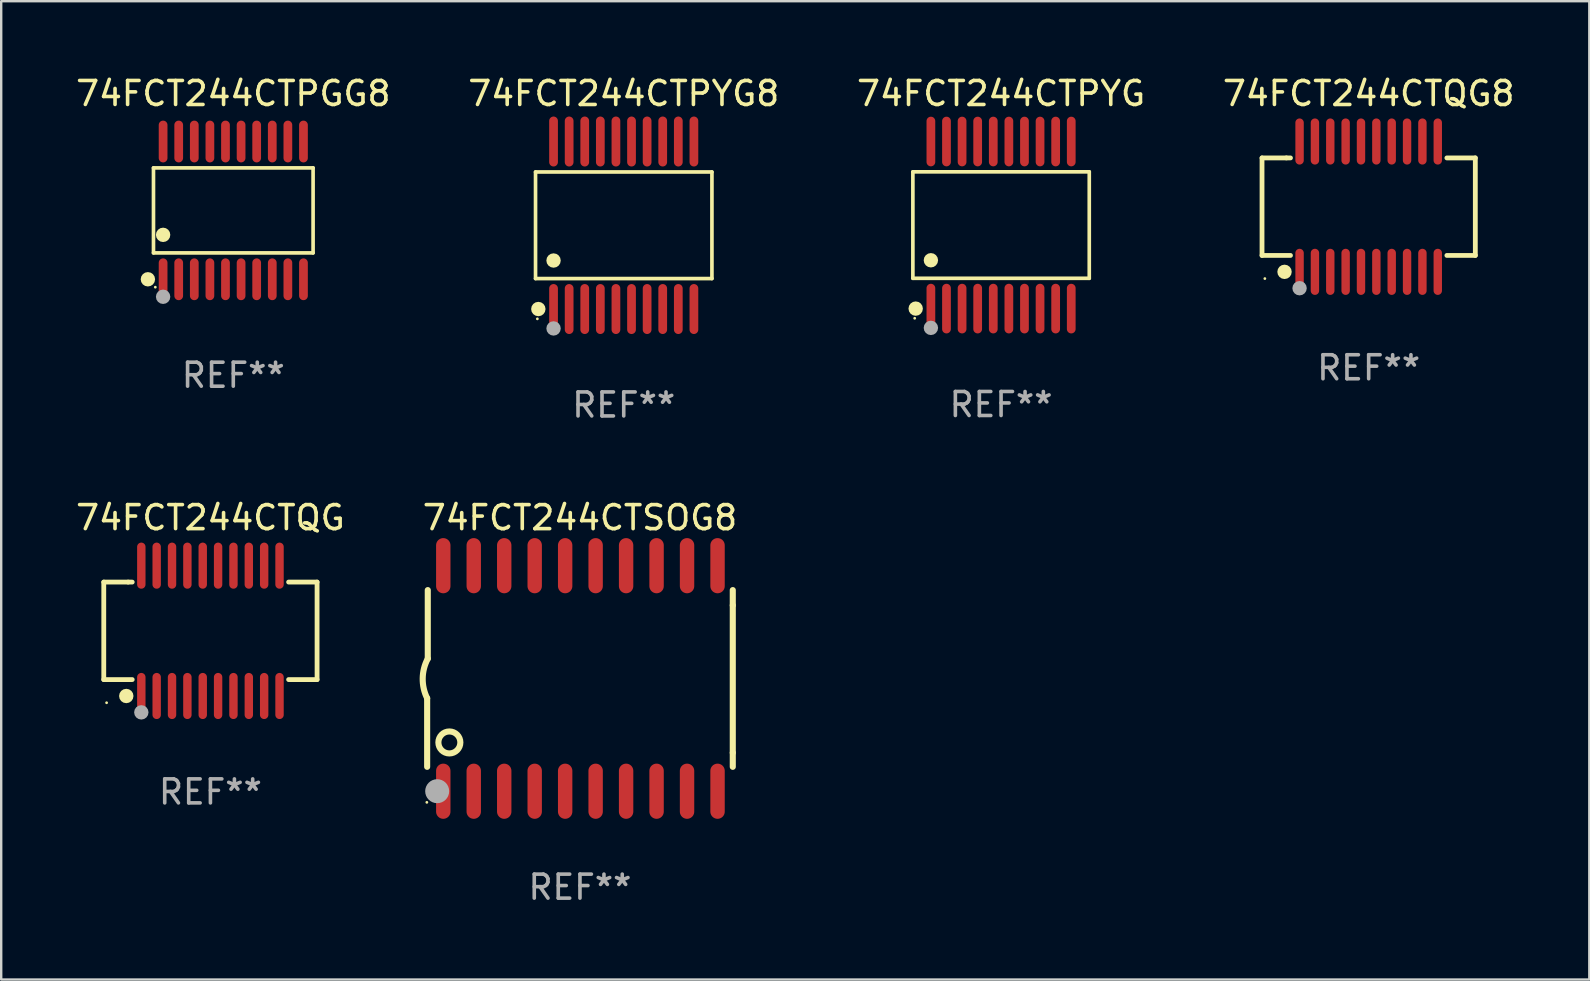
<source format=kicad_pcb>
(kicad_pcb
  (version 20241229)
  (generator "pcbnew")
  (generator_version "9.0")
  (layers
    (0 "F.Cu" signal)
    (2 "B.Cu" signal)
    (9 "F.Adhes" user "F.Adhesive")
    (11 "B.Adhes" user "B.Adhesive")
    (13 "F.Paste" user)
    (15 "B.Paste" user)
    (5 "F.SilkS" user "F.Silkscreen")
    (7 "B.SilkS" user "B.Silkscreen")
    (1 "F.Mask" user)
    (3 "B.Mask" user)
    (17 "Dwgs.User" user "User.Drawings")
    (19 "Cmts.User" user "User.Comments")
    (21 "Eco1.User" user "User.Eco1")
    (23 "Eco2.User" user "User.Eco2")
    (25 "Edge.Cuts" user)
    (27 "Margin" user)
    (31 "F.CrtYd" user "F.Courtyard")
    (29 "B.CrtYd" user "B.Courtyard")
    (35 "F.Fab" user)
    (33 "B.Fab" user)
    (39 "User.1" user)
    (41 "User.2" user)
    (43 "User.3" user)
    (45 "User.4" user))
  (footprint "74FCT244CTPYG8"
    (layer "F.Cu")
    (at 22.946 6.339)
    (property "Reference" "74FCT244CTPYG8" (at 0 -5.491 0) (layer "F.SilkS") (effects (font (size 1 1) (thickness 0.15))))
    (attr through_hole)
    (fp_line (start -3.676 -2.221) (end 3.676 -2.221) (stroke (width 0.152) (type solid)) (layer "F.SilkS"))
    (fp_line (start -3.676 2.221) (end -3.676 -2.221) (stroke (width 0.152) (type solid)) (layer "F.SilkS"))
    (fp_line (start 3.676 -2.221) (end 3.676 2.221) (stroke (width 0.152) (type solid)) (layer "F.SilkS"))
    (fp_line (start 3.676 2.221) (end -3.676 2.221) (stroke (width 0.152) (type solid)) (layer "F.SilkS"))
    (fp_circle (center -3.6 3.9) (end -3.57 3.9) (stroke (width 0.06) (type solid)) (fill no) (layer "F.SilkS"))
    (fp_circle (center -3.559 3.491) (end -3.409 3.491) (stroke (width 0.3) (type solid)) (fill no) (layer "F.SilkS"))
    (fp_circle (center -2.925 1.469) (end -2.775 1.469) (stroke (width 0.3) (type solid)) (fill no) (layer "F.SilkS"))
    (fp_circle (center -2.925 4.3) (end -2.775 4.3) (stroke (width 0.3) (type solid)) (fill no) (layer "F.Fab"))
    (fp_text user "REF**" (at 0 7.491 0) (layer "F.Fab") (effects (font (size 1 1) (thickness 0.15))))
    (pad "1" smd oval (at -2.925 3.491) (size 0.364 2.082) (layers "F.Cu" "F.Mask" "F.Paste"))
    (pad "2" smd oval (at -2.275 3.491) (size 0.364 2.082) (layers "F.Cu" "F.Mask" "F.Paste"))
    (pad "3" smd oval (at -1.625 3.491) (size 0.364 2.082) (layers "F.Cu" "F.Mask" "F.Paste"))
    (pad "4" smd oval (at -0.975 3.491) (size 0.364 2.082) (layers "F.Cu" "F.Mask" "F.Paste"))
    (pad "5" smd oval (at -0.325 3.491) (size 0.364 2.082) (layers "F.Cu" "F.Mask" "F.Paste"))
    (pad "6" smd oval (at 0.325 3.491) (size 0.364 2.082) (layers "F.Cu" "F.Mask" "F.Paste"))
    (pad "7" smd oval (at 0.975 3.491) (size 0.364 2.082) (layers "F.Cu" "F.Mask" "F.Paste"))
    (pad "8" smd oval (at 1.625 3.491) (size 0.364 2.082) (layers "F.Cu" "F.Mask" "F.Paste"))
    (pad "9" smd oval (at 2.275 3.491) (size 0.364 2.082) (layers "F.Cu" "F.Mask" "F.Paste"))
    (pad "10" smd oval (at 2.925 3.491) (size 0.364 2.082) (layers "F.Cu" "F.Mask" "F.Paste"))
    (pad "11" smd oval (at 2.925 -3.491) (size 0.364 2.082) (layers "F.Cu" "F.Mask" "F.Paste"))
    (pad "12" smd oval (at 2.275 -3.491) (size 0.364 2.082) (layers "F.Cu" "F.Mask" "F.Paste"))
    (pad "13" smd oval (at 1.625 -3.491) (size 0.364 2.082) (layers "F.Cu" "F.Mask" "F.Paste"))
    (pad "14" smd oval (at 0.975 -3.491) (size 0.364 2.082) (layers "F.Cu" "F.Mask" "F.Paste"))
    (pad "15" smd oval (at 0.325 -3.491) (size 0.364 2.082) (layers "F.Cu" "F.Mask" "F.Paste"))
    (pad "16" smd oval (at -0.325 -3.491) (size 0.364 2.082) (layers "F.Cu" "F.Mask" "F.Paste"))
    (pad "17" smd oval (at -0.975 -3.491) (size 0.364 2.082) (layers "F.Cu" "F.Mask" "F.Paste"))
    (pad "18" smd oval (at -1.625 -3.491) (size 0.364 2.082) (layers "F.Cu" "F.Mask" "F.Paste"))
    (pad "19" smd oval (at -2.275 -3.491) (size 0.364 2.082) (layers "F.Cu" "F.Mask" "F.Paste"))
    (pad "20" smd oval (at -2.925 -3.491) (size 0.364 2.082) (layers "F.Cu" "F.Mask" "F.Paste")))
  (footprint "74FCT244CTPGG8"
    (layer "F.Cu")
    (at 6.673 5.719)
    (property "Reference" "74FCT244CTPGG8" (at 0 -4.871 0) (layer "F.SilkS") (effects (font (size 1 1) (thickness 0.15))))
    (attr through_hole)
    (fp_line (start -3.326 -1.771) (end 3.326 -1.771) (stroke (width 0.152) (type solid)) (layer "F.SilkS"))
    (fp_line (start -3.326 1.771) (end -3.326 -1.771) (stroke (width 0.152) (type solid)) (layer "F.SilkS"))
    (fp_line (start 3.326 -1.771) (end 3.326 1.771) (stroke (width 0.152) (type solid)) (layer "F.SilkS"))
    (fp_line (start 3.326 1.771) (end -3.326 1.771) (stroke (width 0.152) (type solid)) (layer "F.SilkS"))
    (fp_circle (center -3.559 2.871) (end -3.409 2.871) (stroke (width 0.3) (type solid)) (fill no) (layer "F.SilkS"))
    (fp_circle (center -3.25 3.2) (end -3.22 3.2) (stroke (width 0.06) (type solid)) (fill no) (layer "F.SilkS"))
    (fp_circle (center -2.925 1.019) (end -2.775 1.019) (stroke (width 0.3) (type solid)) (fill no) (layer "F.SilkS"))
    (fp_circle (center -2.925 3.6) (end -2.775 3.6) (stroke (width 0.3) (type solid)) (fill no) (layer "F.Fab"))
    (fp_text user "REF**" (at 0 6.871 0) (layer "F.Fab") (effects (font (size 1 1) (thickness 0.15))))
    (pad "1" smd oval (at -2.925 2.871) (size 0.364 1.742) (layers "F.Cu" "F.Mask" "F.Paste"))
    (pad "2" smd oval (at -2.275 2.871) (size 0.364 1.742) (layers "F.Cu" "F.Mask" "F.Paste"))
    (pad "3" smd oval (at -1.625 2.871) (size 0.364 1.742) (layers "F.Cu" "F.Mask" "F.Paste"))
    (pad "4" smd oval (at -0.975 2.871) (size 0.364 1.742) (layers "F.Cu" "F.Mask" "F.Paste"))
    (pad "5" smd oval (at -0.325 2.871) (size 0.364 1.742) (layers "F.Cu" "F.Mask" "F.Paste"))
    (pad "6" smd oval (at 0.325 2.871) (size 0.364 1.742) (layers "F.Cu" "F.Mask" "F.Paste"))
    (pad "7" smd oval (at 0.975 2.871) (size 0.364 1.742) (layers "F.Cu" "F.Mask" "F.Paste"))
    (pad "8" smd oval (at 1.625 2.871) (size 0.364 1.742) (layers "F.Cu" "F.Mask" "F.Paste"))
    (pad "9" smd oval (at 2.275 2.871) (size 0.364 1.742) (layers "F.Cu" "F.Mask" "F.Paste"))
    (pad "10" smd oval (at 2.925 2.871) (size 0.364 1.742) (layers "F.Cu" "F.Mask" "F.Paste"))
    (pad "11" smd oval (at 2.925 -2.871) (size 0.364 1.742) (layers "F.Cu" "F.Mask" "F.Paste"))
    (pad "12" smd oval (at 2.275 -2.871) (size 0.364 1.742) (layers "F.Cu" "F.Mask" "F.Paste"))
    (pad "13" smd oval (at 1.625 -2.871) (size 0.364 1.742) (layers "F.Cu" "F.Mask" "F.Paste"))
    (pad "14" smd oval (at 0.975 -2.871) (size 0.364 1.742) (layers "F.Cu" "F.Mask" "F.Paste"))
    (pad "15" smd oval (at 0.325 -2.871) (size 0.364 1.742) (layers "F.Cu" "F.Mask" "F.Paste"))
    (pad "16" smd oval (at -0.325 -2.871) (size 0.364 1.742) (layers "F.Cu" "F.Mask" "F.Paste"))
    (pad "17" smd oval (at -0.975 -2.871) (size 0.364 1.742) (layers "F.Cu" "F.Mask" "F.Paste"))
    (pad "18" smd oval (at -1.625 -2.871) (size 0.364 1.742) (layers "F.Cu" "F.Mask" "F.Paste"))
    (pad "19" smd oval (at -2.275 -2.871) (size 0.364 1.742) (layers "F.Cu" "F.Mask" "F.Paste"))
    (pad "20" smd oval (at -2.925 -2.871) (size 0.364 1.742) (layers "F.Cu" "F.Mask" "F.Paste")))
  (footprint "74FCT244CTSOG8"
    (layer "F.Cu")
    (at 21.122 25.227)
    (property "Reference" "74FCT244CTSOG8" (at 0 -6.7 0) (layer "F.SilkS") (effects (font (size 1 1) (thickness 0.15))))
    (attr through_hole)
    (fp_line (start -6.369 0.826) (end -6.369 3.683) (stroke (width 0.254) (type solid)) (layer "F.SilkS"))
    (fp_line (start -6.343 -0.825) (end -6.343 -3.683) (stroke (width 0.254) (type solid)) (layer "F.SilkS"))
    (fp_line (start 6.369 -3.048) (end 6.369 -3.683) (stroke (width 0.254) (type solid)) (layer "F.SilkS"))
    (fp_line (start 6.369 -3.048) (end 6.369 3.096) (stroke (width 0.254) (type solid)) (layer "F.SilkS"))
    (fp_line (start 6.369 3.096) (end 6.369 3.683) (stroke (width 0.254) (type solid)) (layer "F.SilkS"))
    (fp_arc (start -6.36853 0.825552) (mid -6.554743 -0.00301) (end -6.343129 -0.825451) (stroke (width 0.254001) (type solid)) (layer "F.SilkS"))
    (fp_circle (center -6.382 5.163) (end -6.352 5.163) (stroke (width 0.06) (type solid)) (fill no) (layer "F.SilkS"))
    (fp_circle (center -5.443 2.667) (end -4.985 2.667) (stroke (width 0.254) (type solid)) (fill no) (layer "F.SilkS"))
    (fp_circle (center -5.951 4.699) (end -5.701 4.699) (stroke (width 0.5) (type solid)) (fill no) (layer "F.Fab"))
    (fp_text user "REF**" (at 0 8.7 0) (layer "F.Fab") (effects (font (size 1 1) (thickness 0.15))))
    (pad "1" smd oval (at -5.697 4.7 180) (size 0.6 2.3) (layers "F.Cu" "F.Mask" "F.Paste"))
    (pad "2" smd oval (at -4.427 4.7 180) (size 0.6 2.3) (layers "F.Cu" "F.Mask" "F.Paste"))
    (pad "3" smd oval (at -3.157 4.7 180) (size 0.6 2.3) (layers "F.Cu" "F.Mask" "F.Paste"))
    (pad "4" smd oval (at -1.887 4.7 180) (size 0.6 2.3) (layers "F.Cu" "F.Mask" "F.Paste"))
    (pad "5" smd oval (at -0.617 4.7 180) (size 0.6 2.3) (layers "F.Cu" "F.Mask" "F.Paste"))
    (pad "6" smd oval (at 0.653 4.7 180) (size 0.6 2.3) (layers "F.Cu" "F.Mask" "F.Paste"))
    (pad "7" smd oval (at 1.923 4.7 180) (size 0.6 2.3) (layers "F.Cu" "F.Mask" "F.Paste"))
    (pad "8" smd oval (at 3.193 4.7 180) (size 0.6 2.3) (layers "F.Cu" "F.Mask" "F.Paste"))
    (pad "9" smd oval (at 4.463 4.7 180) (size 0.6 2.3) (layers "F.Cu" "F.Mask" "F.Paste"))
    (pad "10" smd oval (at 5.734 4.7 180) (size 0.6 2.3) (layers "F.Cu" "F.Mask" "F.Paste"))
    (pad "11" smd oval (at 5.734 -4.7 180) (size 0.6 2.3) (layers "F.Cu" "F.Mask" "F.Paste"))
    (pad "12" smd oval (at 4.463 -4.7 180) (size 0.6 2.3) (layers "F.Cu" "F.Mask" "F.Paste"))
    (pad "13" smd oval (at 3.193 -4.7 180) (size 0.6 2.3) (layers "F.Cu" "F.Mask" "F.Paste"))
    (pad "14" smd oval (at 1.923 -4.7 180) (size 0.6 2.3) (layers "F.Cu" "F.Mask" "F.Paste"))
    (pad "15" smd oval (at 0.653 -4.7 180) (size 0.6 2.3) (layers "F.Cu" "F.Mask" "F.Paste"))
    (pad "16" smd oval (at -0.617 -4.7 180) (size 0.6 2.3) (layers "F.Cu" "F.Mask" "F.Paste"))
    (pad "17" smd oval (at -1.887 -4.7 180) (size 0.6 2.3) (layers "F.Cu" "F.Mask" "F.Paste"))
    (pad "18" smd oval (at -3.157 -4.7 180) (size 0.6 2.3) (layers "F.Cu" "F.Mask" "F.Paste"))
    (pad "19" smd oval (at -4.427 -4.7 180) (size 0.6 2.3) (layers "F.Cu" "F.Mask" "F.Paste"))
    (pad "20" smd oval (at -5.697 -4.7 180) (size 0.6 2.3) (layers "F.Cu" "F.Mask" "F.Paste")))
  (footprint "74FCT244CTQG8"
    (layer "F.Cu")
    (at 53.994 5.564)
    (property "Reference" "74FCT244CTQG8" (at 0 -4.716 0) (layer "F.SilkS") (effects (font (size 1 1) (thickness 0.15))))
    (attr through_hole)
    (fp_line (start -4.445 -2.032) (end -4.445 2.032) (stroke (width 0.2) (type solid)) (layer "F.SilkS"))
    (fp_line (start -4.445 2.032) (end -3.259 2.032) (stroke (width 0.2) (type solid)) (layer "F.SilkS"))
    (fp_line (start -3.429 -2.032) (end -4.445 -2.032) (stroke (width 0.2) (type solid)) (layer "F.SilkS"))
    (fp_line (start -3.259 -2.032) (end -3.429 -2.032) (stroke (width 0.2) (type solid)) (layer "F.SilkS"))
    (fp_line (start 3.259 2.032) (end 4.445 2.032) (stroke (width 0.2) (type solid)) (layer "F.SilkS"))
    (fp_line (start 4.445 -2.032) (end 3.259 -2.032) (stroke (width 0.2) (type solid)) (layer "F.SilkS"))
    (fp_line (start 4.445 2.032) (end 4.445 -2.032) (stroke (width 0.2) (type solid)) (layer "F.SilkS"))
    (fp_circle (center -4.327 2.997) (end -4.297 2.997) (stroke (width 0.06) (type solid)) (fill no) (layer "F.SilkS"))
    (fp_circle (center -3.507 2.716) (end -3.357 2.716) (stroke (width 0.3) (type solid)) (fill no) (layer "F.SilkS"))
    (fp_circle (center -2.88 3.398) (end -2.73 3.398) (stroke (width 0.3) (type solid)) (fill no) (layer "F.Fab"))
    (fp_text user "REF**" (at 0 6.716 0) (layer "F.Fab") (effects (font (size 1 1) (thickness 0.15))))
    (pad "1" smd oval (at -2.88 2.716) (size 0.35 1.922) (layers "F.Cu" "F.Mask" "F.Paste"))
    (pad "2" smd oval (at -2.24 2.716) (size 0.35 1.922) (layers "F.Cu" "F.Mask" "F.Paste"))
    (pad "3" smd oval (at -1.6 2.716) (size 0.35 1.922) (layers "F.Cu" "F.Mask" "F.Paste"))
    (pad "4" smd oval (at -0.96 2.716) (size 0.35 1.922) (layers "F.Cu" "F.Mask" "F.Paste"))
    (pad "5" smd oval (at -0.32 2.716) (size 0.35 1.922) (layers "F.Cu" "F.Mask" "F.Paste"))
    (pad "6" smd oval (at 0.32 2.716) (size 0.35 1.922) (layers "F.Cu" "F.Mask" "F.Paste"))
    (pad "7" smd oval (at 0.96 2.716) (size 0.35 1.922) (layers "F.Cu" "F.Mask" "F.Paste"))
    (pad "8" smd oval (at 1.6 2.716) (size 0.35 1.922) (layers "F.Cu" "F.Mask" "F.Paste"))
    (pad "9" smd oval (at 2.24 2.716) (size 0.35 1.922) (layers "F.Cu" "F.Mask" "F.Paste"))
    (pad "10" smd oval (at 2.88 2.716) (size 0.35 1.922) (layers "F.Cu" "F.Mask" "F.Paste"))
    (pad "11" smd oval (at 2.88 -2.716) (size 0.35 1.922) (layers "F.Cu" "F.Mask" "F.Paste"))
    (pad "12" smd oval (at 2.24 -2.716) (size 0.35 1.922) (layers "F.Cu" "F.Mask" "F.Paste"))
    (pad "13" smd oval (at 1.6 -2.716) (size 0.35 1.922) (layers "F.Cu" "F.Mask" "F.Paste"))
    (pad "14" smd oval (at 0.96 -2.716) (size 0.35 1.922) (layers "F.Cu" "F.Mask" "F.Paste"))
    (pad "15" smd oval (at 0.32 -2.716) (size 0.35 1.922) (layers "F.Cu" "F.Mask" "F.Paste"))
    (pad "16" smd oval (at -0.32 -2.716) (size 0.35 1.922) (layers "F.Cu" "F.Mask" "F.Paste"))
    (pad "17" smd oval (at -0.96 -2.716) (size 0.35 1.922) (layers "F.Cu" "F.Mask" "F.Paste"))
    (pad "18" smd oval (at -1.6 -2.716) (size 0.35 1.922) (layers "F.Cu" "F.Mask" "F.Paste"))
    (pad "19" smd oval (at -2.24 -2.716) (size 0.35 1.922) (layers "F.Cu" "F.Mask" "F.Paste"))
    (pad "20" smd oval (at -2.88 -2.716) (size 0.35 1.922) (layers "F.Cu" "F.Mask" "F.Paste")))
  (footprint "74FCT244CTQG"
    (layer "F.Cu")
    (at 5.72 23.242)
    (property "Reference" "74FCT244CTQG" (at 0 -4.716 0) (layer "F.SilkS") (effects (font (size 1 1) (thickness 0.15))))
    (attr through_hole)
    (fp_line (start -4.445 -2.032) (end -4.445 2.032) (stroke (width 0.2) (type solid)) (layer "F.SilkS"))
    (fp_line (start -4.445 2.032) (end -3.259 2.032) (stroke (width 0.2) (type solid)) (layer "F.SilkS"))
    (fp_line (start -3.429 -2.032) (end -4.445 -2.032) (stroke (width 0.2) (type solid)) (layer "F.SilkS"))
    (fp_line (start -3.259 -2.032) (end -3.429 -2.032) (stroke (width 0.2) (type solid)) (layer "F.SilkS"))
    (fp_line (start 3.259 2.032) (end 4.445 2.032) (stroke (width 0.2) (type solid)) (layer "F.SilkS"))
    (fp_line (start 4.445 -2.032) (end 3.259 -2.032) (stroke (width 0.2) (type solid)) (layer "F.SilkS"))
    (fp_line (start 4.445 2.032) (end 4.445 -2.032) (stroke (width 0.2) (type solid)) (layer "F.SilkS"))
    (fp_circle (center -4.327 2.997) (end -4.297 2.997) (stroke (width 0.06) (type solid)) (fill no) (layer "F.SilkS"))
    (fp_circle (center -3.507 2.716) (end -3.357 2.716) (stroke (width 0.3) (type solid)) (fill no) (layer "F.SilkS"))
    (fp_circle (center -2.88 3.398) (end -2.73 3.398) (stroke (width 0.3) (type solid)) (fill no) (layer "F.Fab"))
    (fp_text user "REF**" (at 0 6.716 0) (layer "F.Fab") (effects (font (size 1 1) (thickness 0.15))))
    (pad "1" smd oval (at -2.88 2.716) (size 0.35 1.922) (layers "F.Cu" "F.Mask" "F.Paste"))
    (pad "2" smd oval (at -2.24 2.716) (size 0.35 1.922) (layers "F.Cu" "F.Mask" "F.Paste"))
    (pad "3" smd oval (at -1.6 2.716) (size 0.35 1.922) (layers "F.Cu" "F.Mask" "F.Paste"))
    (pad "4" smd oval (at -0.96 2.716) (size 0.35 1.922) (layers "F.Cu" "F.Mask" "F.Paste"))
    (pad "5" smd oval (at -0.32 2.716) (size 0.35 1.922) (layers "F.Cu" "F.Mask" "F.Paste"))
    (pad "6" smd oval (at 0.32 2.716) (size 0.35 1.922) (layers "F.Cu" "F.Mask" "F.Paste"))
    (pad "7" smd oval (at 0.96 2.716) (size 0.35 1.922) (layers "F.Cu" "F.Mask" "F.Paste"))
    (pad "8" smd oval (at 1.6 2.716) (size 0.35 1.922) (layers "F.Cu" "F.Mask" "F.Paste"))
    (pad "9" smd oval (at 2.24 2.716) (size 0.35 1.922) (layers "F.Cu" "F.Mask" "F.Paste"))
    (pad "10" smd oval (at 2.88 2.716) (size 0.35 1.922) (layers "F.Cu" "F.Mask" "F.Paste"))
    (pad "11" smd oval (at 2.88 -2.716) (size 0.35 1.922) (layers "F.Cu" "F.Mask" "F.Paste"))
    (pad "12" smd oval (at 2.24 -2.716) (size 0.35 1.922) (layers "F.Cu" "F.Mask" "F.Paste"))
    (pad "13" smd oval (at 1.6 -2.716) (size 0.35 1.922) (layers "F.Cu" "F.Mask" "F.Paste"))
    (pad "14" smd oval (at 0.96 -2.716) (size 0.35 1.922) (layers "F.Cu" "F.Mask" "F.Paste"))
    (pad "15" smd oval (at 0.32 -2.716) (size 0.35 1.922) (layers "F.Cu" "F.Mask" "F.Paste"))
    (pad "16" smd oval (at -0.32 -2.716) (size 0.35 1.922) (layers "F.Cu" "F.Mask" "F.Paste"))
    (pad "17" smd oval (at -0.96 -2.716) (size 0.35 1.922) (layers "F.Cu" "F.Mask" "F.Paste"))
    (pad "18" smd oval (at -1.6 -2.716) (size 0.35 1.922) (layers "F.Cu" "F.Mask" "F.Paste"))
    (pad "19" smd oval (at -2.24 -2.716) (size 0.35 1.922) (layers "F.Cu" "F.Mask" "F.Paste"))
    (pad "20" smd oval (at -2.88 -2.716) (size 0.35 1.922) (layers "F.Cu" "F.Mask" "F.Paste")))
  (footprint "74FCT244CTPYG"
    (layer "F.Cu")
    (at 38.673 6.33)
    (property "Reference" "74FCT244CTPYG" (at 0 -5.482 0) (layer "F.SilkS") (effects (font (size 1 1) (thickness 0.15))))
    (attr through_hole)
    (fp_line (start -3.676 -2.219) (end 3.676 -2.219) (stroke (width 0.152) (type solid)) (layer "F.SilkS"))
    (fp_line (start -3.676 2.219) (end -3.676 -2.219) (stroke (width 0.152) (type solid)) (layer "F.SilkS"))
    (fp_line (start 3.676 -2.219) (end 3.676 2.219) (stroke (width 0.152) (type solid)) (layer "F.SilkS"))
    (fp_line (start 3.676 2.219) (end -3.676 2.219) (stroke (width 0.152) (type solid)) (layer "F.SilkS"))
    (fp_circle (center -3.6 3.885) (end -3.57 3.885) (stroke (width 0.06) (type solid)) (fill no) (layer "F.SilkS"))
    (fp_circle (center -3.559 3.482) (end -3.409 3.482) (stroke (width 0.3) (type solid)) (fill no) (layer "F.SilkS"))
    (fp_circle (center -2.925 1.467) (end -2.775 1.467) (stroke (width 0.3) (type solid)) (fill no) (layer "F.SilkS"))
    (fp_circle (center -2.925 4.285) (end -2.775 4.285) (stroke (width 0.3) (type solid)) (fill no) (layer "F.Fab"))
    (fp_text user "REF**" (at 0 7.482 0) (layer "F.Fab") (effects (font (size 1 1) (thickness 0.15))))
    (pad "1" smd oval (at -2.925 3.482) (size 0.364 2.069) (layers "F.Cu" "F.Mask" "F.Paste"))
    (pad "2" smd oval (at -2.275 3.482) (size 0.364 2.069) (layers "F.Cu" "F.Mask" "F.Paste"))
    (pad "3" smd oval (at -1.625 3.482) (size 0.364 2.069) (layers "F.Cu" "F.Mask" "F.Paste"))
    (pad "4" smd oval (at -0.975 3.482) (size 0.364 2.069) (layers "F.Cu" "F.Mask" "F.Paste"))
    (pad "5" smd oval (at -0.325 3.482) (size 0.364 2.069) (layers "F.Cu" "F.Mask" "F.Paste"))
    (pad "6" smd oval (at 0.325 3.482) (size 0.364 2.069) (layers "F.Cu" "F.Mask" "F.Paste"))
    (pad "7" smd oval (at 0.975 3.482) (size 0.364 2.069) (layers "F.Cu" "F.Mask" "F.Paste"))
    (pad "8" smd oval (at 1.625 3.482) (size 0.364 2.069) (layers "F.Cu" "F.Mask" "F.Paste"))
    (pad "9" smd oval (at 2.275 3.482) (size 0.364 2.069) (layers "F.Cu" "F.Mask" "F.Paste"))
    (pad "10" smd oval (at 2.925 3.482) (size 0.364 2.069) (layers "F.Cu" "F.Mask" "F.Paste"))
    (pad "11" smd oval (at 2.925 -3.482) (size 0.364 2.069) (layers "F.Cu" "F.Mask" "F.Paste"))
    (pad "12" smd oval (at 2.275 -3.482) (size 0.364 2.069) (layers "F.Cu" "F.Mask" "F.Paste"))
    (pad "13" smd oval (at 1.625 -3.482) (size 0.364 2.069) (layers "F.Cu" "F.Mask" "F.Paste"))
    (pad "14" smd oval (at 0.975 -3.482) (size 0.364 2.069) (layers "F.Cu" "F.Mask" "F.Paste"))
    (pad "15" smd oval (at 0.325 -3.482) (size 0.364 2.069) (layers "F.Cu" "F.Mask" "F.Paste"))
    (pad "16" smd oval (at -0.325 -3.482) (size 0.364 2.069) (layers "F.Cu" "F.Mask" "F.Paste"))
    (pad "17" smd oval (at -0.975 -3.482) (size 0.364 2.069) (layers "F.Cu" "F.Mask" "F.Paste"))
    (pad "18" smd oval (at -1.625 -3.482) (size 0.364 2.069) (layers "F.Cu" "F.Mask" "F.Paste"))
    (pad "19" smd oval (at -2.275 -3.482) (size 0.364 2.069) (layers "F.Cu" "F.Mask" "F.Paste"))
    (pad "20" smd oval (at -2.925 -3.482) (size 0.364 2.069) (layers "F.Cu" "F.Mask" "F.Paste")))
  (gr_rect
    (start -3 -3)
    (end 63.19 37.775)
    (stroke (width 0.1) (type default))
    (fill no)
    (layer "Edge.Cuts")))
</source>
